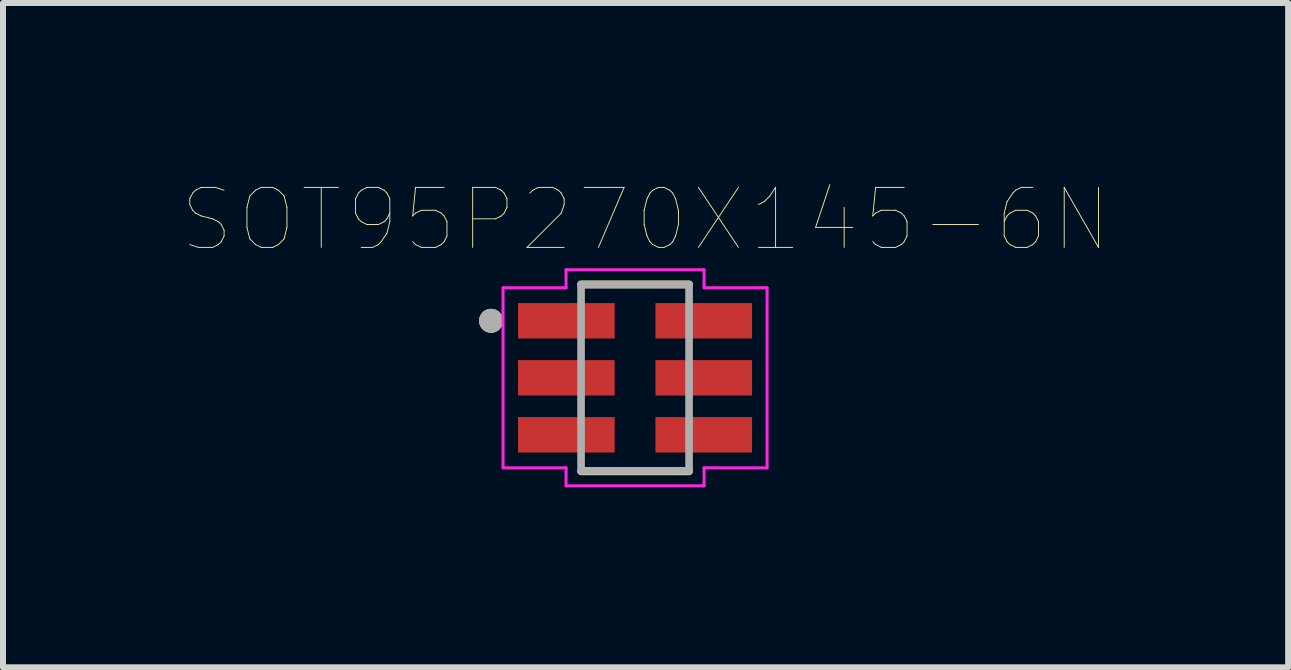
<source format=kicad_pcb>
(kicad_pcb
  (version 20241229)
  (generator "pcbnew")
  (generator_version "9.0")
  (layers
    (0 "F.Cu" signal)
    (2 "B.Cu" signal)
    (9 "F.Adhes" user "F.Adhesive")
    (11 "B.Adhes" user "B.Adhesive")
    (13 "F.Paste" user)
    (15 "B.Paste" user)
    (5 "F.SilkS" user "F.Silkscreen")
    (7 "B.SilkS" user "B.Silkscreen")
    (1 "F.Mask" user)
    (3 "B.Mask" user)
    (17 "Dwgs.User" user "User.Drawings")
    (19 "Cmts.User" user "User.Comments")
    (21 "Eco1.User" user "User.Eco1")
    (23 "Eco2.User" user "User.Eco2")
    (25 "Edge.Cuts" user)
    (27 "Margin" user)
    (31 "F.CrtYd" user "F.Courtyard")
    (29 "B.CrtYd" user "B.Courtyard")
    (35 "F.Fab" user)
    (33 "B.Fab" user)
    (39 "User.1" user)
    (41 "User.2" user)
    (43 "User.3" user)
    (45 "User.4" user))
  (footprint "SOT95P270X145-6N"
    (layer "F.Cu")
    (at 7.533 3.246)
    (property "Reference" "SOT95P270X145-6N" (at 0.175 -2.635 0) (layer "F.SilkS") (effects (font (size 1 1) (thickness 0.015))))
    (attr through_hole)
    (fp_line (start -0.9 1.559) (end 0.9 1.559) (stroke (width 0.127) (type solid)) (layer "F.SilkS"))
    (fp_line (start 0.9 -1.559) (end -0.9 -1.559) (stroke (width 0.127) (type solid)) (layer "F.SilkS"))
    (fp_circle (center -2.4 -0.95) (end -2.3 -0.95) (stroke (width 0.2) (type solid)) (fill no) (layer "F.SilkS"))
    (fp_line (start -2.2 -1.5) (end -2.2 1.5) (stroke (width 0.05) (type solid)) (layer "F.CrtYd"))
    (fp_line (start -2.2 1.5) (end -1.15 1.5) (stroke (width 0.05) (type solid)) (layer "F.CrtYd"))
    (fp_line (start -1.15 -1.8) (end -1.15 -1.5) (stroke (width 0.05) (type solid)) (layer "F.CrtYd"))
    (fp_line (start -1.15 -1.5) (end -2.2 -1.5) (stroke (width 0.05) (type solid)) (layer "F.CrtYd"))
    (fp_line (start -1.15 1.5) (end -1.15 1.8) (stroke (width 0.05) (type solid)) (layer "F.CrtYd"))
    (fp_line (start -1.15 1.8) (end 1.15 1.8) (stroke (width 0.05) (type solid)) (layer "F.CrtYd"))
    (fp_line (start 1.15 -1.8) (end -1.15 -1.8) (stroke (width 0.05) (type solid)) (layer "F.CrtYd"))
    (fp_line (start 1.15 -1.5) (end 1.15 -1.8) (stroke (width 0.05) (type solid)) (layer "F.CrtYd"))
    (fp_line (start 1.15 1.5) (end 2.2 1.5) (stroke (width 0.05) (type solid)) (layer "F.CrtYd"))
    (fp_line (start 1.15 1.8) (end 1.15 1.5) (stroke (width 0.05) (type solid)) (layer "F.CrtYd"))
    (fp_line (start 2.2 -1.5) (end 1.15 -1.5) (stroke (width 0.05) (type solid)) (layer "F.CrtYd"))
    (fp_line (start 2.2 1.5) (end 2.2 -1.5) (stroke (width 0.05) (type solid)) (layer "F.CrtYd"))
    (fp_line (start -0.9 -1.55) (end -0.9 1.55) (stroke (width 0.127) (type solid)) (layer "F.Fab"))
    (fp_line (start -0.9 1.55) (end 0.9 1.55) (stroke (width 0.127) (type solid)) (layer "F.Fab"))
    (fp_line (start 0.9 -1.55) (end -0.9 -1.55) (stroke (width 0.127) (type solid)) (layer "F.Fab"))
    (fp_line (start 0.9 1.55) (end 0.9 -1.55) (stroke (width 0.127) (type solid)) (layer "F.Fab"))
    (fp_circle (center -2.4 -0.95) (end -2.3 -0.95) (stroke (width 0.2) (type solid)) (fill no) (layer "F.Fab"))
    (pad "1" smd rect (at -1.145 -0.95) (size 1.61 0.59) (layers "F.Cu" "F.Mask" "F.Paste"))
    (pad "2" smd rect (at -1.145 0) (size 1.61 0.59) (layers "F.Cu" "F.Mask" "F.Paste"))
    (pad "3" smd rect (at -1.145 0.95) (size 1.61 0.59) (layers "F.Cu" "F.Mask" "F.Paste"))
    (pad "4" smd rect (at 1.145 0.95) (size 1.61 0.59) (layers "F.Cu" "F.Mask" "F.Paste"))
    (pad "5" smd rect (at 1.145 0) (size 1.61 0.59) (layers "F.Cu" "F.Mask" "F.Paste"))
    (pad "6" smd rect (at 1.145 -0.95) (size 1.61 0.59) (layers "F.Cu" "F.Mask" "F.Paste")))
  (gr_rect
    (start -3 -3)
    (end 18.416 8.071)
    (stroke (width 0.1) (type default))
    (fill no)
    (layer "Edge.Cuts")))
</source>
